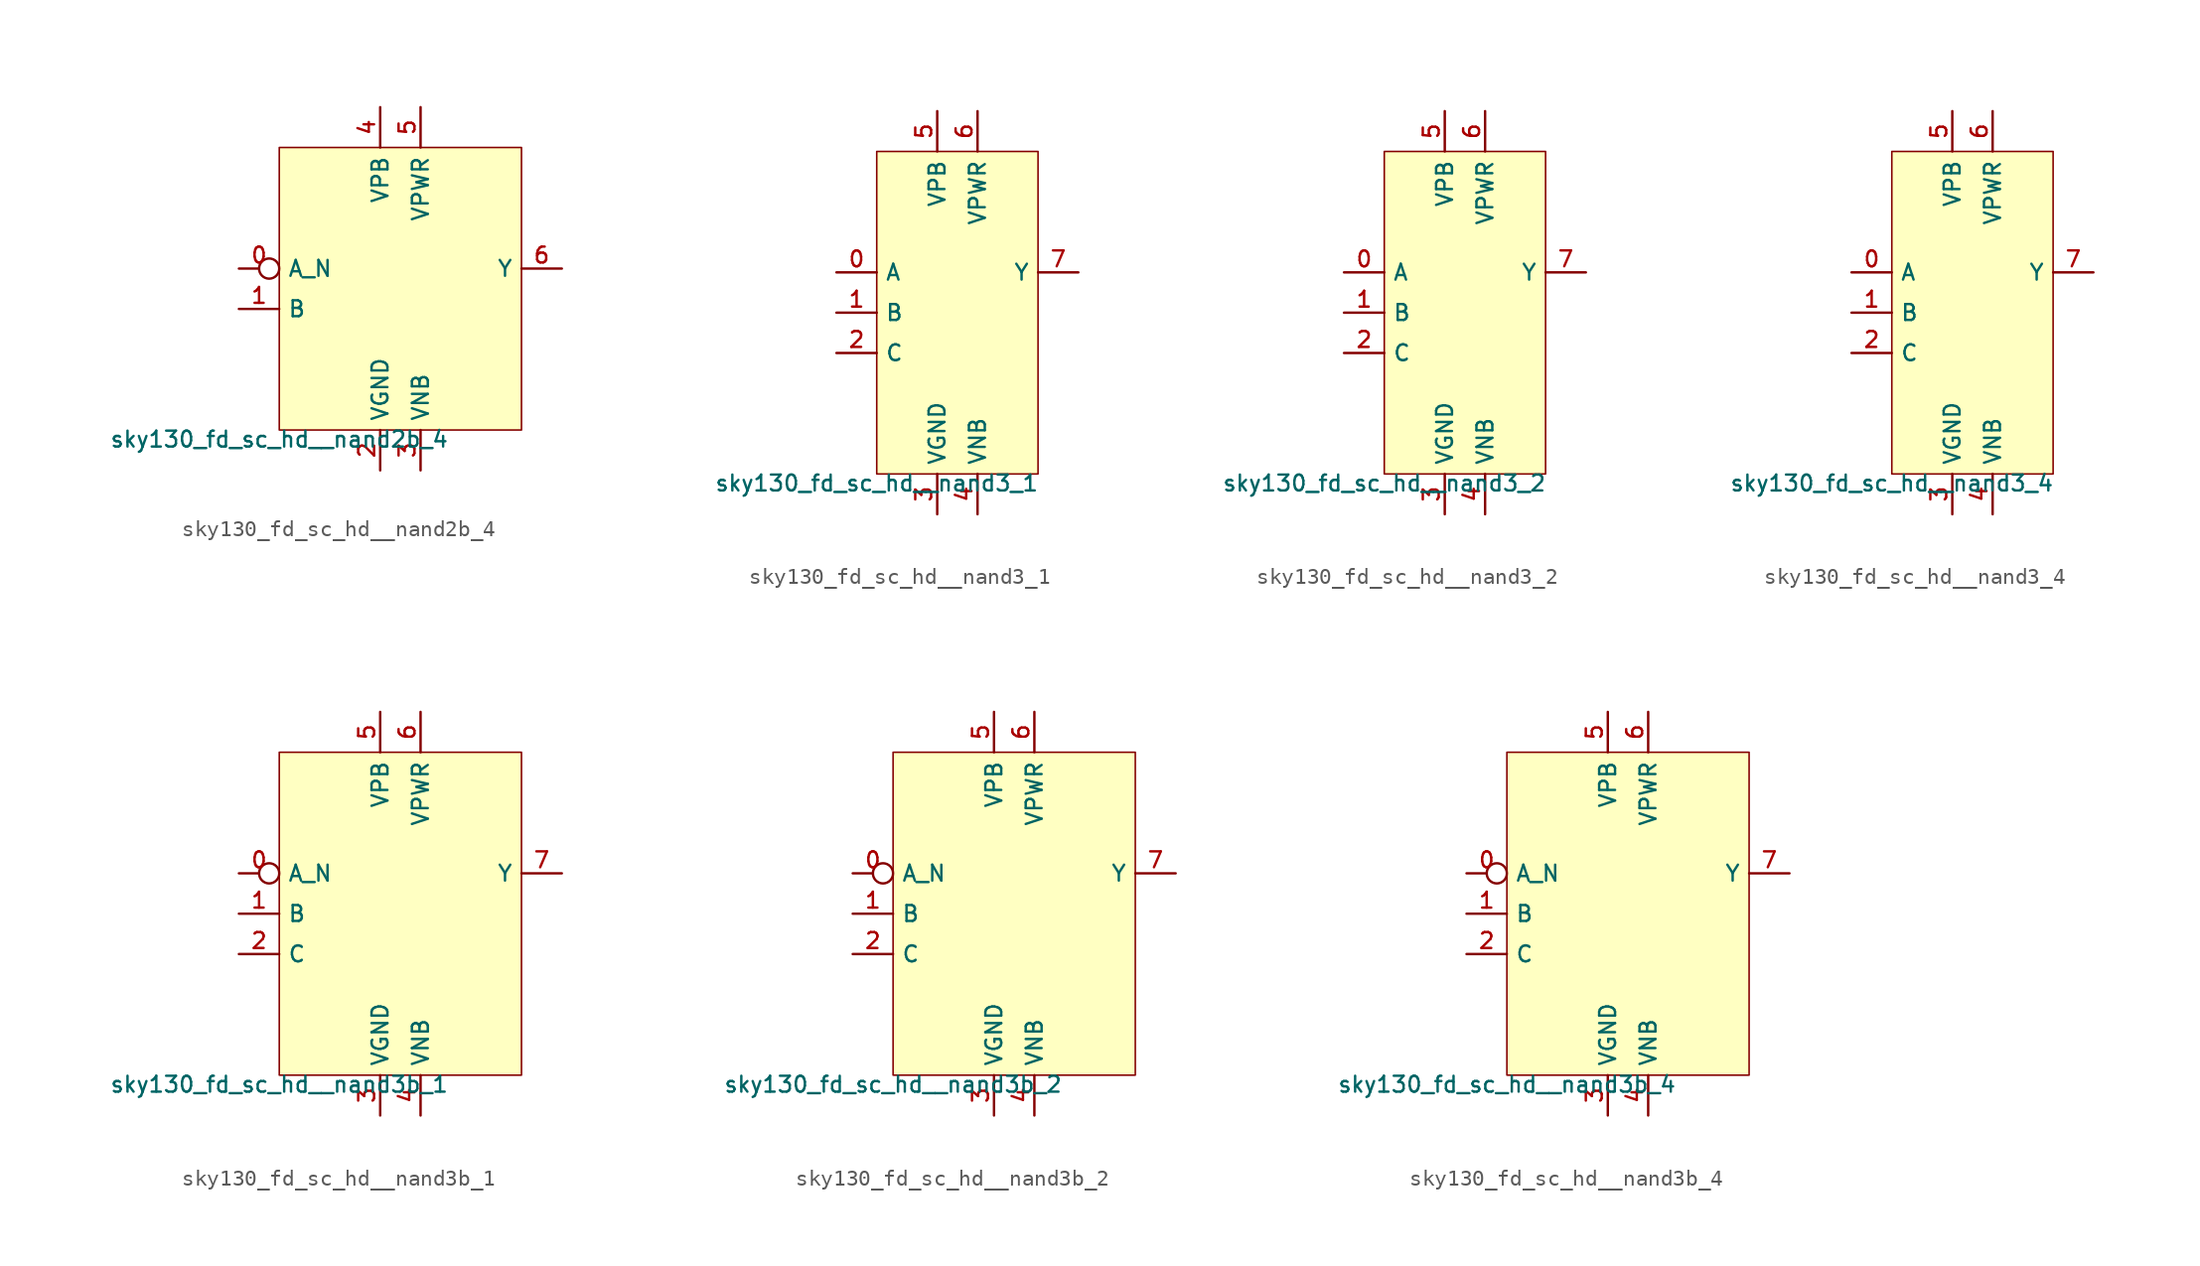
<source format=kicad_sym>
(kicad_symbol_lib
  (version 20211014)
  (generator lef2kicad_sym)
  (symbol "sky130_fd_sc_hd__nand2b_4"
    (property "Reference" "X"
      (at 0 0 0)
      (effects (font (size 1 1)) hide))
    (property "Value" "sky130_fd_sc_hd__nand2b_4"
      (at -7.62 -8.89 0)
      (effects (font (size 1 1)) (justify top)))
    (rectangle
      (start -7.62 -8.89)
      (end 7.62 8.89)
      (stroke (width 0.1) (type solid) (color 0 0 0 0))
      (fill (type background)))
    (pin input inverted
      (at -10.16 1.27 0)
      (length 2.54)
      (name "A_N" (effects (font (size 1 1)) hide))
      (number "0" (effects (font (size 1 1)) hide)))
    (pin input line
      (at -10.16 -1.27 0)
      (length 2.54)
      (name "B" (effects (font (size 1 1)) hide))
      (number "1" (effects (font (size 1 1)) hide)))
    (pin power_in line
      (at -1.27 -11.43 90)
      (length 2.54)
      (name "VGND" (effects (font (size 1 1)) hide))
      (number "2" (effects (font (size 1 1)) hide)))
    (pin power_in line
      (at 1.27 -11.43 90)
      (length 2.54)
      (name "VNB" (effects (font (size 1 1)) hide))
      (number "3" (effects (font (size 1 1)) hide)))
    (pin power_in line
      (at -1.27 11.43 270)
      (length 2.54)
      (name "VPB" (effects (font (size 1 1)) hide))
      (number "4" (effects (font (size 1 1)) hide)))
    (pin power_in line
      (at 1.27 11.43 270)
      (length 2.54)
      (name "VPWR" (effects (font (size 1 1)) hide))
      (number "5" (effects (font (size 1 1)) hide)))
    (pin output line
      (at 10.16 1.27 180)
      (length 2.54)
      (name "Y" (effects (font (size 1 1)) hide))
      (number "6" (effects (font (size 1 1)) hide))))
  (symbol "sky130_fd_sc_hd__nand3_1"
    (property "Reference" "X"
      (at 0 0 0)
      (effects (font (size 1 1)) hide))
    (property "Value" "sky130_fd_sc_hd__nand3_1"
      (at -5.08 -10.16 0)
      (effects (font (size 1 1)) (justify top)))
    (rectangle
      (start -5.08 -10.16)
      (end 5.08 10.16)
      (stroke (width 0.1) (type solid) (color 0 0 0 0))
      (fill (type background)))
    (pin input line
      (at -7.62 2.54 0)
      (length 2.54)
      (name "A" (effects (font (size 1 1)) hide))
      (number "0" (effects (font (size 1 1)) hide)))
    (pin input line
      (at -7.62 0.0 0)
      (length 2.54)
      (name "B" (effects (font (size 1 1)) hide))
      (number "1" (effects (font (size 1 1)) hide)))
    (pin input line
      (at -7.62 -2.54 0)
      (length 2.54)
      (name "C" (effects (font (size 1 1)) hide))
      (number "2" (effects (font (size 1 1)) hide)))
    (pin power_in line
      (at -1.27 -12.7 90)
      (length 2.54)
      (name "VGND" (effects (font (size 1 1)) hide))
      (number "3" (effects (font (size 1 1)) hide)))
    (pin power_in line
      (at 1.27 -12.7 90)
      (length 2.54)
      (name "VNB" (effects (font (size 1 1)) hide))
      (number "4" (effects (font (size 1 1)) hide)))
    (pin power_in line
      (at -1.27 12.7 270)
      (length 2.54)
      (name "VPB" (effects (font (size 1 1)) hide))
      (number "5" (effects (font (size 1 1)) hide)))
    (pin power_in line
      (at 1.27 12.7 270)
      (length 2.54)
      (name "VPWR" (effects (font (size 1 1)) hide))
      (number "6" (effects (font (size 1 1)) hide)))
    (pin output line
      (at 7.62 2.54 180)
      (length 2.54)
      (name "Y" (effects (font (size 1 1)) hide))
      (number "7" (effects (font (size 1 1)) hide))))
  (symbol "sky130_fd_sc_hd__nand3_2"
    (property "Reference" "X"
      (at 0 0 0)
      (effects (font (size 1 1)) hide))
    (property "Value" "sky130_fd_sc_hd__nand3_2"
      (at -5.08 -10.16 0)
      (effects (font (size 1 1)) (justify top)))
    (rectangle
      (start -5.08 -10.16)
      (end 5.08 10.16)
      (stroke (width 0.1) (type solid) (color 0 0 0 0))
      (fill (type background)))
    (pin input line
      (at -7.62 2.54 0)
      (length 2.54)
      (name "A" (effects (font (size 1 1)) hide))
      (number "0" (effects (font (size 1 1)) hide)))
    (pin input line
      (at -7.62 0.0 0)
      (length 2.54)
      (name "B" (effects (font (size 1 1)) hide))
      (number "1" (effects (font (size 1 1)) hide)))
    (pin input line
      (at -7.62 -2.54 0)
      (length 2.54)
      (name "C" (effects (font (size 1 1)) hide))
      (number "2" (effects (font (size 1 1)) hide)))
    (pin power_in line
      (at -1.27 -12.7 90)
      (length 2.54)
      (name "VGND" (effects (font (size 1 1)) hide))
      (number "3" (effects (font (size 1 1)) hide)))
    (pin power_in line
      (at 1.27 -12.7 90)
      (length 2.54)
      (name "VNB" (effects (font (size 1 1)) hide))
      (number "4" (effects (font (size 1 1)) hide)))
    (pin power_in line
      (at -1.27 12.7 270)
      (length 2.54)
      (name "VPB" (effects (font (size 1 1)) hide))
      (number "5" (effects (font (size 1 1)) hide)))
    (pin power_in line
      (at 1.27 12.7 270)
      (length 2.54)
      (name "VPWR" (effects (font (size 1 1)) hide))
      (number "6" (effects (font (size 1 1)) hide)))
    (pin output line
      (at 7.62 2.54 180)
      (length 2.54)
      (name "Y" (effects (font (size 1 1)) hide))
      (number "7" (effects (font (size 1 1)) hide))))
  (symbol "sky130_fd_sc_hd__nand3_4"
    (property "Reference" "X"
      (at 0 0 0)
      (effects (font (size 1 1)) hide))
    (property "Value" "sky130_fd_sc_hd__nand3_4"
      (at -5.08 -10.16 0)
      (effects (font (size 1 1)) (justify top)))
    (rectangle
      (start -5.08 -10.16)
      (end 5.08 10.16)
      (stroke (width 0.1) (type solid) (color 0 0 0 0))
      (fill (type background)))
    (pin input line
      (at -7.62 2.54 0)
      (length 2.54)
      (name "A" (effects (font (size 1 1)) hide))
      (number "0" (effects (font (size 1 1)) hide)))
    (pin input line
      (at -7.62 0.0 0)
      (length 2.54)
      (name "B" (effects (font (size 1 1)) hide))
      (number "1" (effects (font (size 1 1)) hide)))
    (pin input line
      (at -7.62 -2.54 0)
      (length 2.54)
      (name "C" (effects (font (size 1 1)) hide))
      (number "2" (effects (font (size 1 1)) hide)))
    (pin power_in line
      (at -1.27 -12.7 90)
      (length 2.54)
      (name "VGND" (effects (font (size 1 1)) hide))
      (number "3" (effects (font (size 1 1)) hide)))
    (pin power_in line
      (at 1.27 -12.7 90)
      (length 2.54)
      (name "VNB" (effects (font (size 1 1)) hide))
      (number "4" (effects (font (size 1 1)) hide)))
    (pin power_in line
      (at -1.27 12.7 270)
      (length 2.54)
      (name "VPB" (effects (font (size 1 1)) hide))
      (number "5" (effects (font (size 1 1)) hide)))
    (pin power_in line
      (at 1.27 12.7 270)
      (length 2.54)
      (name "VPWR" (effects (font (size 1 1)) hide))
      (number "6" (effects (font (size 1 1)) hide)))
    (pin output line
      (at 7.62 2.54 180)
      (length 2.54)
      (name "Y" (effects (font (size 1 1)) hide))
      (number "7" (effects (font (size 1 1)) hide))))
  (symbol "sky130_fd_sc_hd__nand3b_1"
    (property "Reference" "X"
      (at 0 0 0)
      (effects (font (size 1 1)) hide))
    (property "Value" "sky130_fd_sc_hd__nand3b_1"
      (at -7.62 -10.16 0)
      (effects (font (size 1 1)) (justify top)))
    (rectangle
      (start -7.62 -10.16)
      (end 7.62 10.16)
      (stroke (width 0.1) (type solid) (color 0 0 0 0))
      (fill (type background)))
    (pin input inverted
      (at -10.16 2.54 0)
      (length 2.54)
      (name "A_N" (effects (font (size 1 1)) hide))
      (number "0" (effects (font (size 1 1)) hide)))
    (pin input line
      (at -10.16 0.0 0)
      (length 2.54)
      (name "B" (effects (font (size 1 1)) hide))
      (number "1" (effects (font (size 1 1)) hide)))
    (pin input line
      (at -10.16 -2.54 0)
      (length 2.54)
      (name "C" (effects (font (size 1 1)) hide))
      (number "2" (effects (font (size 1 1)) hide)))
    (pin power_in line
      (at -1.27 -12.7 90)
      (length 2.54)
      (name "VGND" (effects (font (size 1 1)) hide))
      (number "3" (effects (font (size 1 1)) hide)))
    (pin power_in line
      (at 1.27 -12.7 90)
      (length 2.54)
      (name "VNB" (effects (font (size 1 1)) hide))
      (number "4" (effects (font (size 1 1)) hide)))
    (pin power_in line
      (at -1.27 12.7 270)
      (length 2.54)
      (name "VPB" (effects (font (size 1 1)) hide))
      (number "5" (effects (font (size 1 1)) hide)))
    (pin power_in line
      (at 1.27 12.7 270)
      (length 2.54)
      (name "VPWR" (effects (font (size 1 1)) hide))
      (number "6" (effects (font (size 1 1)) hide)))
    (pin output line
      (at 10.16 2.54 180)
      (length 2.54)
      (name "Y" (effects (font (size 1 1)) hide))
      (number "7" (effects (font (size 1 1)) hide))))
  (symbol "sky130_fd_sc_hd__nand3b_2"
    (property "Reference" "X"
      (at 0 0 0)
      (effects (font (size 1 1)) hide))
    (property "Value" "sky130_fd_sc_hd__nand3b_2"
      (at -7.62 -10.16 0)
      (effects (font (size 1 1)) (justify top)))
    (rectangle
      (start -7.62 -10.16)
      (end 7.62 10.16)
      (stroke (width 0.1) (type solid) (color 0 0 0 0))
      (fill (type background)))
    (pin input inverted
      (at -10.16 2.54 0)
      (length 2.54)
      (name "A_N" (effects (font (size 1 1)) hide))
      (number "0" (effects (font (size 1 1)) hide)))
    (pin input line
      (at -10.16 0.0 0)
      (length 2.54)
      (name "B" (effects (font (size 1 1)) hide))
      (number "1" (effects (font (size 1 1)) hide)))
    (pin input line
      (at -10.16 -2.54 0)
      (length 2.54)
      (name "C" (effects (font (size 1 1)) hide))
      (number "2" (effects (font (size 1 1)) hide)))
    (pin power_in line
      (at -1.27 -12.7 90)
      (length 2.54)
      (name "VGND" (effects (font (size 1 1)) hide))
      (number "3" (effects (font (size 1 1)) hide)))
    (pin power_in line
      (at 1.27 -12.7 90)
      (length 2.54)
      (name "VNB" (effects (font (size 1 1)) hide))
      (number "4" (effects (font (size 1 1)) hide)))
    (pin power_in line
      (at -1.27 12.7 270)
      (length 2.54)
      (name "VPB" (effects (font (size 1 1)) hide))
      (number "5" (effects (font (size 1 1)) hide)))
    (pin power_in line
      (at 1.27 12.7 270)
      (length 2.54)
      (name "VPWR" (effects (font (size 1 1)) hide))
      (number "6" (effects (font (size 1 1)) hide)))
    (pin output line
      (at 10.16 2.54 180)
      (length 2.54)
      (name "Y" (effects (font (size 1 1)) hide))
      (number "7" (effects (font (size 1 1)) hide))))
  (symbol "sky130_fd_sc_hd__nand3b_4"
    (property "Reference" "X"
      (at 0 0 0)
      (effects (font (size 1 1)) hide))
    (property "Value" "sky130_fd_sc_hd__nand3b_4"
      (at -7.62 -10.16 0)
      (effects (font (size 1 1)) (justify top)))
    (rectangle
      (start -7.62 -10.16)
      (end 7.62 10.16)
      (stroke (width 0.1) (type solid) (color 0 0 0 0))
      (fill (type background)))
    (pin input inverted
      (at -10.16 2.54 0)
      (length 2.54)
      (name "A_N" (effects (font (size 1 1)) hide))
      (number "0" (effects (font (size 1 1)) hide)))
    (pin input line
      (at -10.16 0.0 0)
      (length 2.54)
      (name "B" (effects (font (size 1 1)) hide))
      (number "1" (effects (font (size 1 1)) hide)))
    (pin input line
      (at -10.16 -2.54 0)
      (length 2.54)
      (name "C" (effects (font (size 1 1)) hide))
      (number "2" (effects (font (size 1 1)) hide)))
    (pin power_in line
      (at -1.27 -12.7 90)
      (length 2.54)
      (name "VGND" (effects (font (size 1 1)) hide))
      (number "3" (effects (font (size 1 1)) hide)))
    (pin power_in line
      (at 1.27 -12.7 90)
      (length 2.54)
      (name "VNB" (effects (font (size 1 1)) hide))
      (number "4" (effects (font (size 1 1)) hide)))
    (pin power_in line
      (at -1.27 12.7 270)
      (length 2.54)
      (name "VPB" (effects (font (size 1 1)) hide))
      (number "5" (effects (font (size 1 1)) hide)))
    (pin power_in line
      (at 1.27 12.7 270)
      (length 2.54)
      (name "VPWR" (effects (font (size 1 1)) hide))
      (number "6" (effects (font (size 1 1)) hide)))
    (pin output line
      (at 10.16 2.54 180)
      (length 2.54)
      (name "Y" (effects (font (size 1 1)) hide))
      (number "7" (effects (font (size 1 1)) hide)))))
</source>
